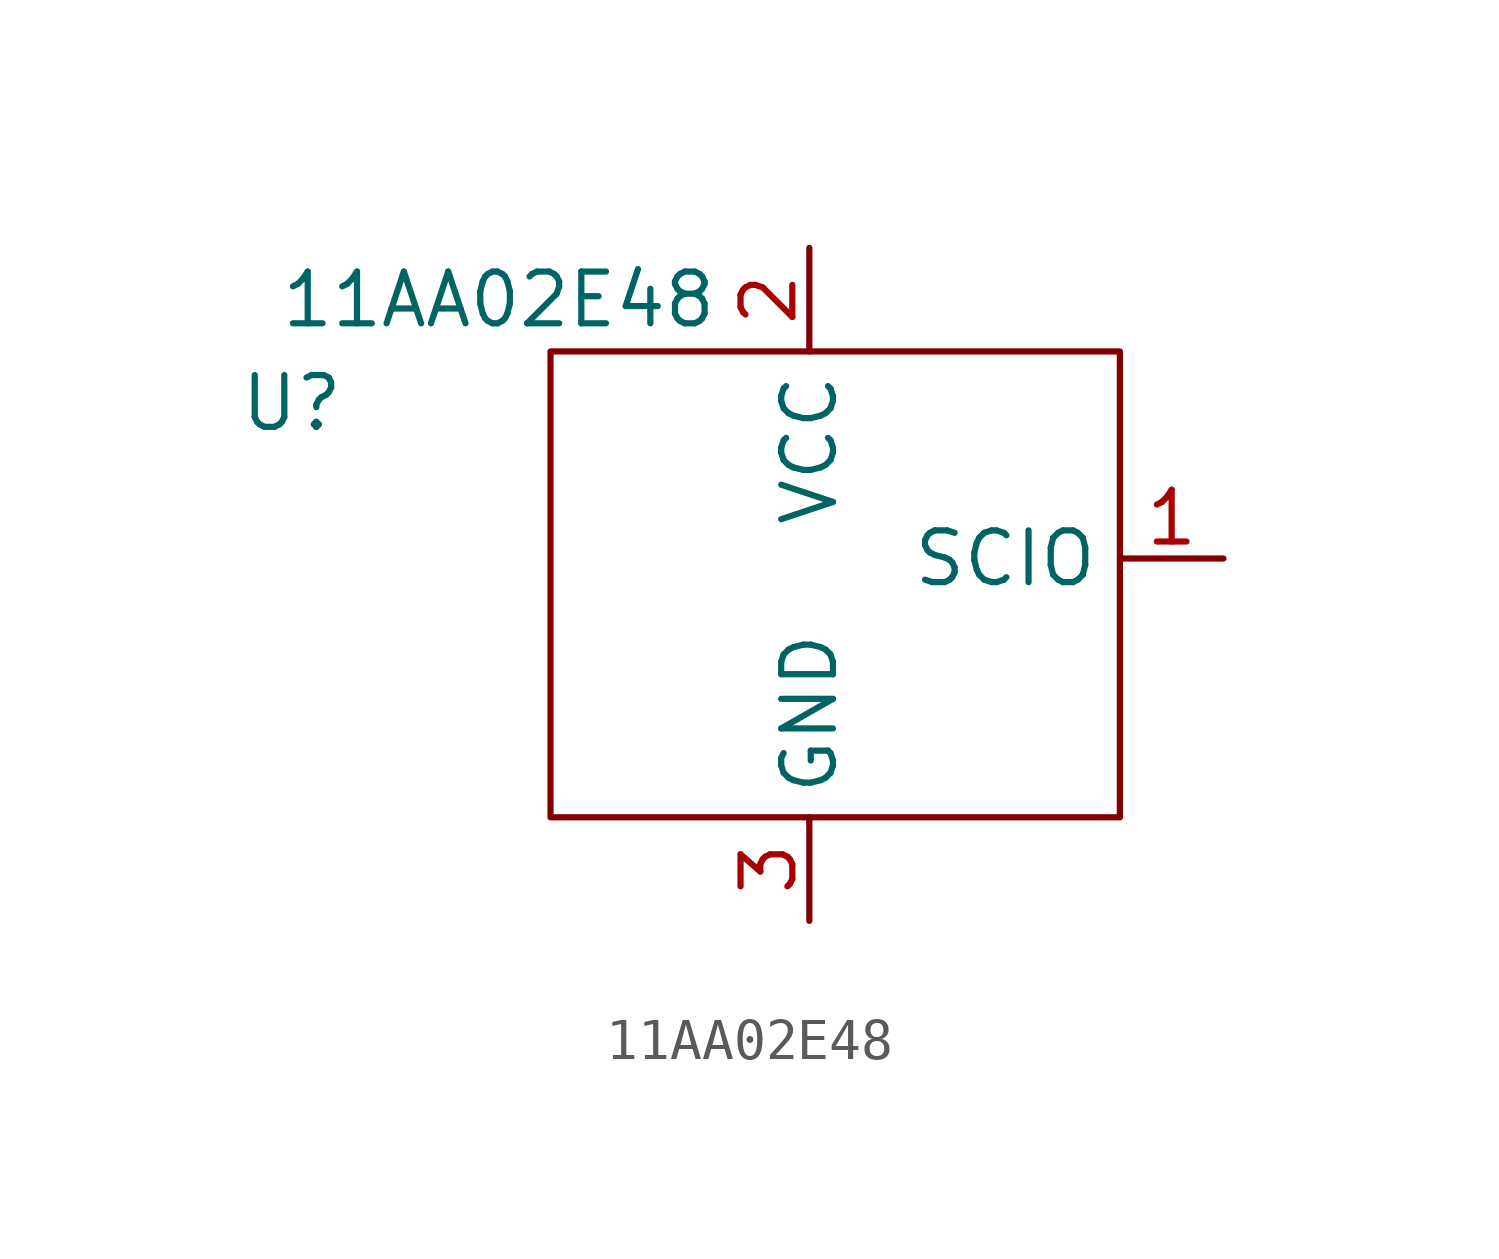
<source format=kicad_sym>
(kicad_symbol_lib
  (version 20211014)
  (generator kicad_symbol_editor)
  (symbol "11AA02E48"
    (property "Reference" "U"
      (at -12.7 3.81 0)
      (effects (font (size 1.27 1.27))))
    (property "Value" "11AA02E48"
      (at -7.62 6.35 0)
      (effects (font (size 1.27 1.27))))
    (symbol "11AA02E48_0_1"
      (rectangle (start -6.35 5.08) (end 7.62 -6.35) (stroke (width 0) (type default) (color 0 0 0 0)) (fill (type none))))
    (symbol "11AA02E48_1_1"
      (pin bidirectional line (at 10.16 0 180) (length 2.54) (name "SCIO" (effects (font (size 1.27 1.27)))) (number "1" (effects (font (size 1.27 1.27)))))
      (pin power_in line (at 0 7.62 270) (length 2.54) (name "VCC" (effects (font (size 1.27 1.27)))) (number "2" (effects (font (size 1.27 1.27)))))
      (pin power_in line (at 0 -8.89 90) (length 2.54) (name "GND" (effects (font (size 1.27 1.27)))) (number "3" (effects (font (size 1.27 1.27))))))))
</source>
